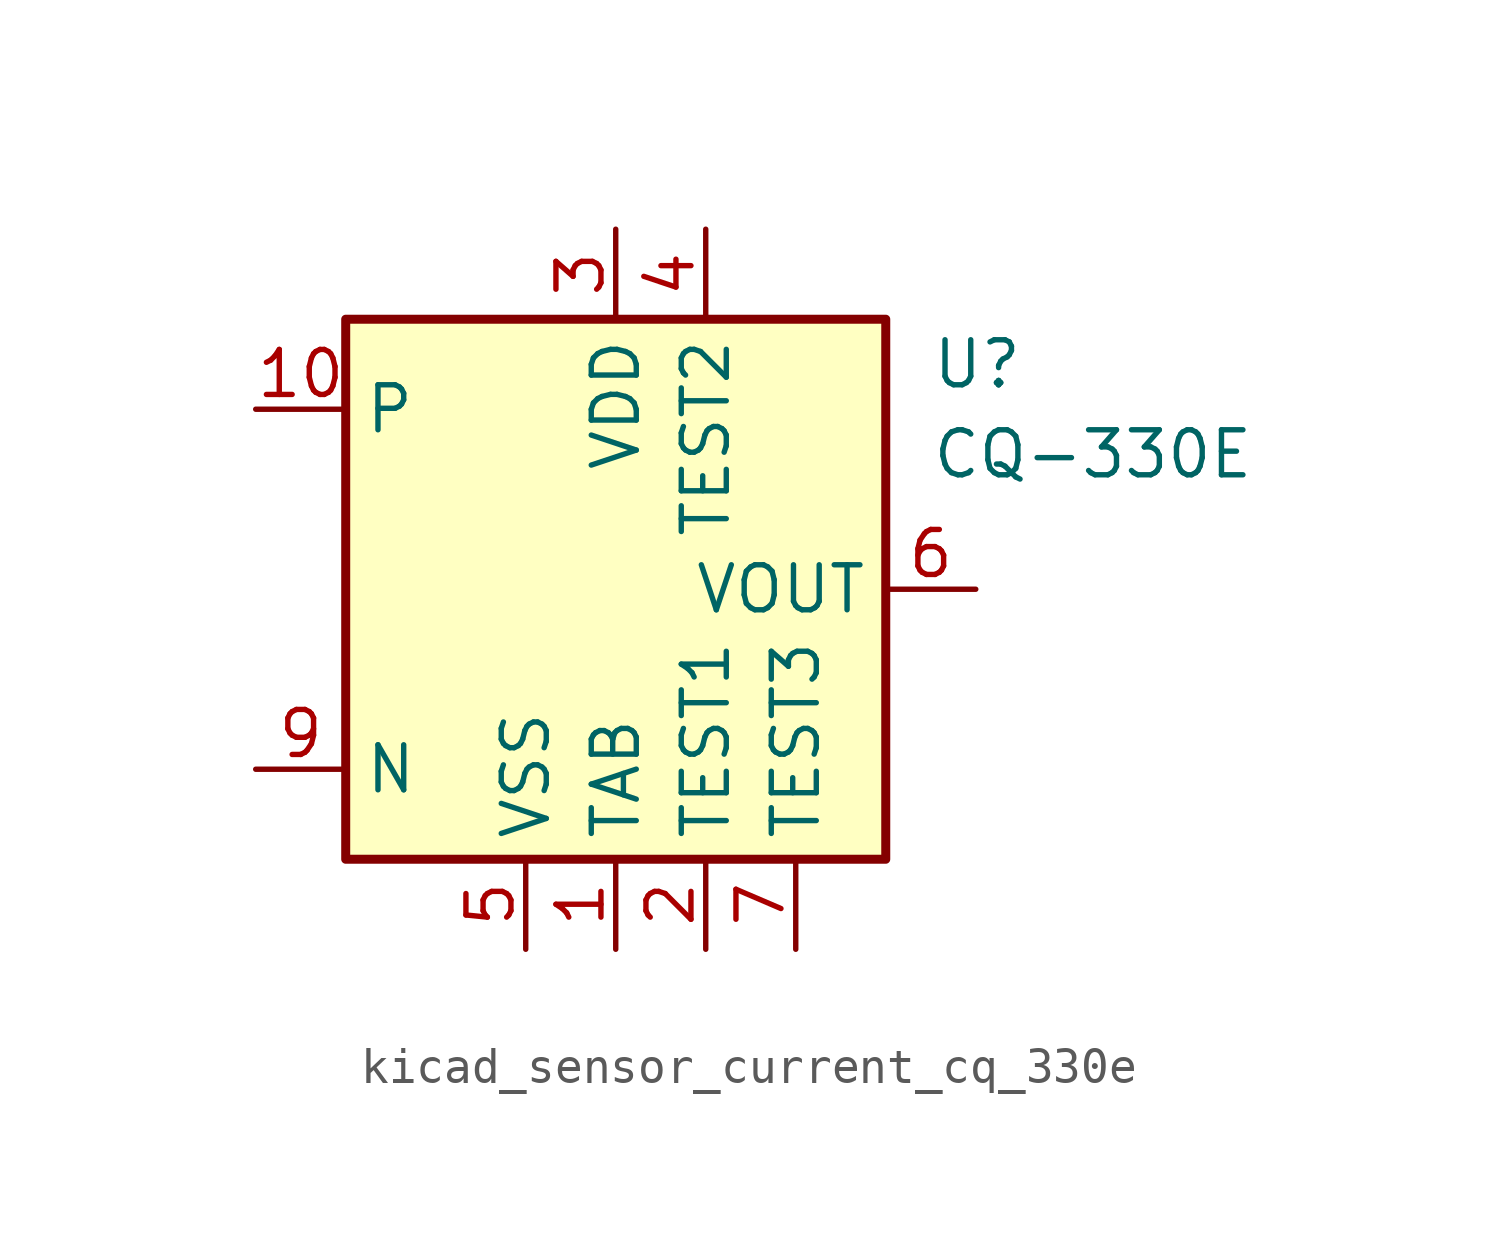
<source format=kicad_sym>
(kicad_symbol_lib
  (version 20220914)
  (generator kicad_symbol_editor)
  (symbol "kicad_sensor_current_cq_330e"
    (property "Reference" "U"
      (at 8.89 6.35 0)
      (effects (font (size 1.27 1.27)) (justify left)))
    (property "Value" "CQ-330E"
      (at 8.89 3.81 0)
      (effects (font (size 1.27 1.27)) (justify left)))
    (symbol "kicad_sensor_current_cq_330e_0_1"
      (rectangle (start -7.62 7.62) (end 7.62 -7.62) (stroke (width 0.254) (type default)) (fill (type background))))
    (symbol "kicad_sensor_current_cq_330e_1_1"
      (pin power_in line (at 0 -10.16 90) (length 2.54) (name "TAB" (effects (font (size 1.27 1.27)))) (number "1" (effects (font (size 1.27 1.27)))))
      (pin passive line (at -10.16 5.08 0) (length 2.54) (name "P" (effects (font (size 1.27 1.27)))) (number "10" (effects (font (size 1.27 1.27)))))
      (pin power_in line (at 2.54 -10.16 90) (length 2.54) (name "TEST1" (effects (font (size 1.27 1.27)))) (number "2" (effects (font (size 1.27 1.27)))))
      (pin power_in line (at 0 10.16 270) (length 2.54) (name "VDD" (effects (font (size 1.27 1.27)))) (number "3" (effects (font (size 1.27 1.27)))))
      (pin power_in line (at 2.54 10.16 270) (length 2.54) (name "TEST2" (effects (font (size 1.27 1.27)))) (number "4" (effects (font (size 1.27 1.27)))))
      (pin power_in line (at -2.54 -10.16 90) (length 2.54) (name "VSS" (effects (font (size 1.27 1.27)))) (number "5" (effects (font (size 1.27 1.27)))))
      (pin output line (at 10.16 0 180) (length 2.54) (name "VOUT" (effects (font (size 1.27 1.27)))) (number "6" (effects (font (size 1.27 1.27)))))
      (pin power_in line (at 5.08 -10.16 90) (length 2.54) (name "TEST3" (effects (font (size 1.27 1.27)))) (number "7" (effects (font (size 1.27 1.27)))))
      (pin passive line (at 0 -10.16 90) (length 2.54) hide (name "TAB" (effects (font (size 1.27 1.27)))) (number "8" (effects (font (size 1.27 1.27)))))
      (pin passive line (at -10.16 -5.08 0) (length 2.54) (name "N" (effects (font (size 1.27 1.27)))) (number "9" (effects (font (size 1.27 1.27))))))))
</source>
